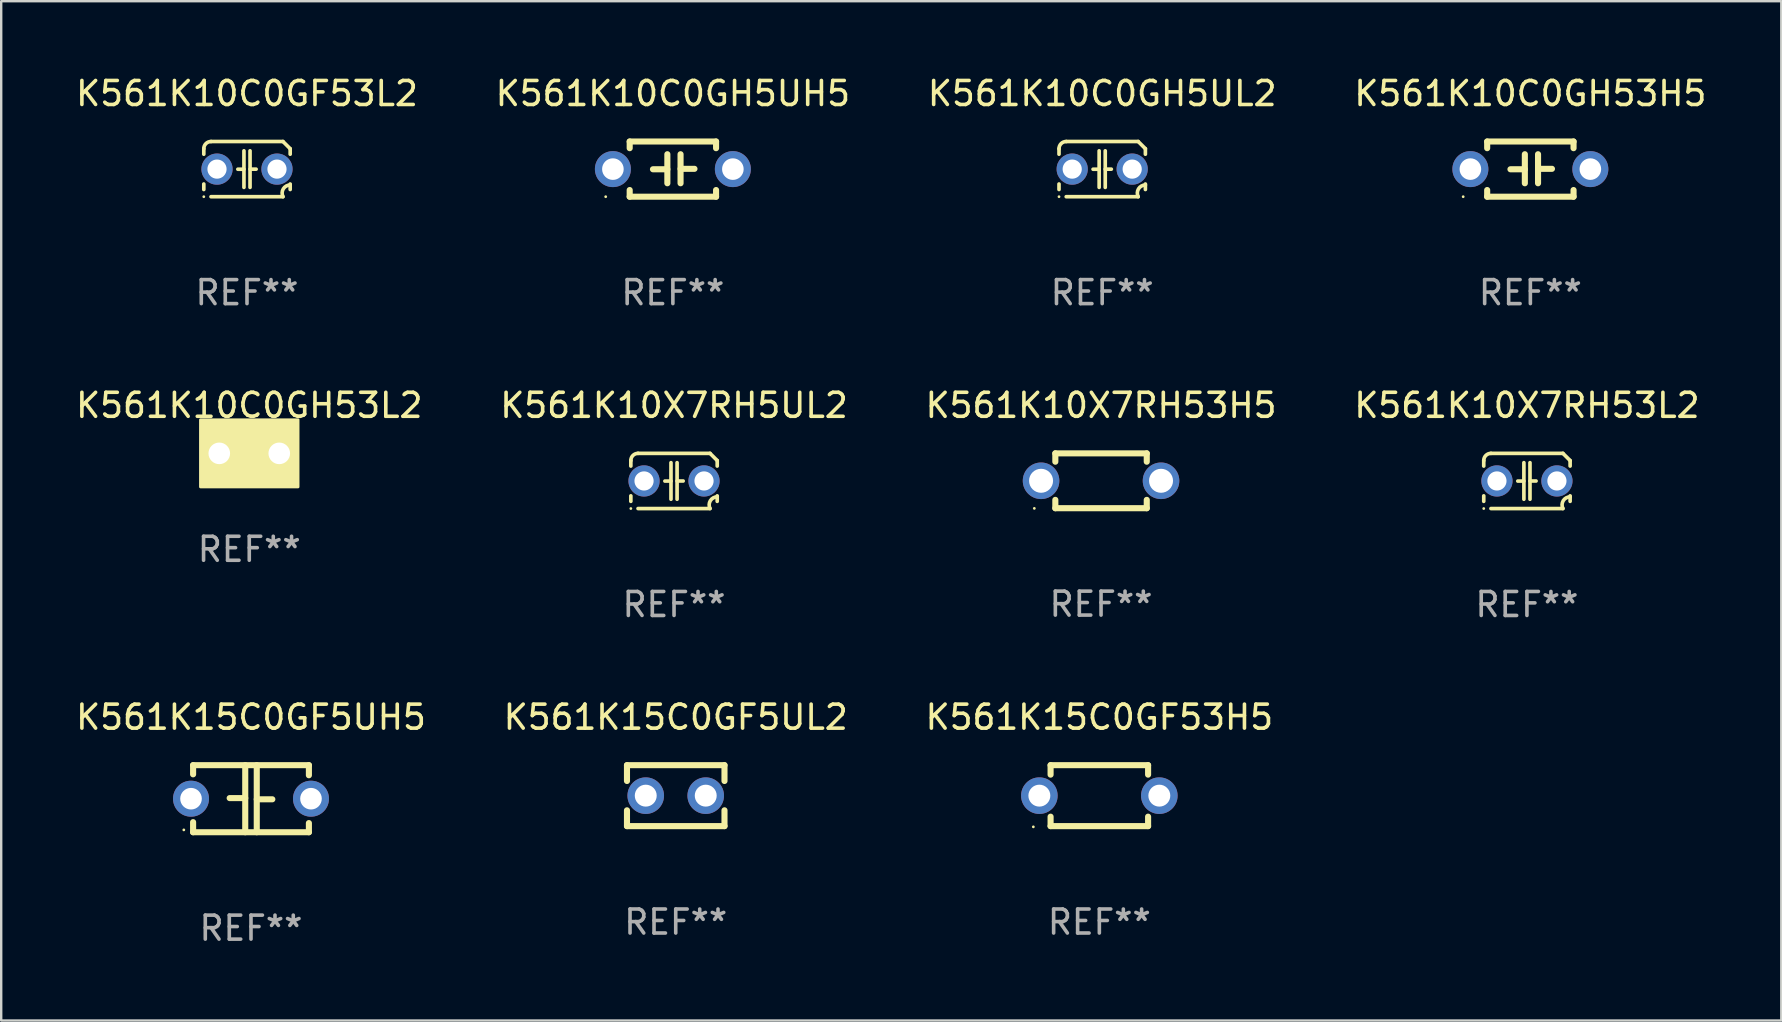
<source format=kicad_pcb>
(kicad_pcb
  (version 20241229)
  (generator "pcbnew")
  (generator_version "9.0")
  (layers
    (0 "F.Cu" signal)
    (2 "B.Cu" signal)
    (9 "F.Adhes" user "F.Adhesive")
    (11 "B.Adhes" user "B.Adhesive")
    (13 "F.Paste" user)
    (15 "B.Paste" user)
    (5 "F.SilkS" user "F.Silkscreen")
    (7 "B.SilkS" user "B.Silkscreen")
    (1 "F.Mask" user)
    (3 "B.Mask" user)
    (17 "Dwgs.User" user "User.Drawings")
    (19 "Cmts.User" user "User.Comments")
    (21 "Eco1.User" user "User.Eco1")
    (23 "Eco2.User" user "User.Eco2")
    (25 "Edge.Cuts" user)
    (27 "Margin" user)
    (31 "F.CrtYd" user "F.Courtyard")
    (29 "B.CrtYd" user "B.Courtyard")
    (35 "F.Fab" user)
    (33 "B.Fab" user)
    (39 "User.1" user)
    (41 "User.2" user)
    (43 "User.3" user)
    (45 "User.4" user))
  (footprint "K561K15C0GF5UH5"
    (layer "F.Cu")
    (at 7.411 30.238)
    (property "Reference" "K561K15C0GF5UH5" (at 0 -3.397 0) (layer "F.SilkS") (effects (font (size 1 1) (thickness 0.15))))
    (attr through_hole)
    (fp_line (start -2.413 -1.397) (end 2.413 -1.397) (stroke (width 0.254) (type solid)) (layer "F.SilkS"))
    (fp_line (start -2.413 -1.016) (end -2.413 -1.397) (stroke (width 0.254) (type solid)) (layer "F.SilkS"))
    (fp_line (start -2.413 0.977) (end -2.413 1.397) (stroke (width 0.254) (type solid)) (layer "F.SilkS"))
    (fp_line (start -0.24 -0.025) (end -0.889 -0.025) (stroke (width 0.254) (type solid)) (layer "F.SilkS"))
    (fp_line (start -0.24 1.397) (end -0.24 -1.397) (stroke (width 0.254) (type solid)) (layer "F.SilkS"))
    (fp_line (start 0.24 -1.397) (end 0.24 1.397) (stroke (width 0.254) (type solid)) (layer "F.SilkS"))
    (fp_line (start 0.24 0.025) (end 0.889 0.025) (stroke (width 0.254) (type solid)) (layer "F.SilkS"))
    (fp_line (start 2.413 -0.977) (end 2.413 -1.397) (stroke (width 0.254) (type solid)) (layer "F.SilkS"))
    (fp_line (start 2.413 1.016) (end 2.413 1.397) (stroke (width 0.254) (type solid)) (layer "F.SilkS"))
    (fp_line (start 2.413 1.397) (end -2.413 1.397) (stroke (width 0.254) (type solid)) (layer "F.SilkS"))
    (fp_circle (center -2.8 1.3) (end -2.77 1.3) (stroke (width 0.06) (type solid)) (fill no) (layer "F.SilkS"))
    (fp_text user "REF**" (at 0 5.397 0) (layer "F.Fab") (effects (font (size 1 1) (thickness 0.15))))
    (pad "1" thru_hole circle (at -2.5 0) (size 1.5 1.5) (drill 0.9) (layers "*.Cu" "*.Mask"))
    (pad "2" thru_hole circle (at 2.5 0) (size 1.5 1.5) (drill 0.9) (layers "*.Cu" "*.Mask")))
  (footprint "K561K15C0GF53H5"
    (layer "F.Cu")
    (at 42.768 30.111)
    (property "Reference" "K561K15C0GF53H5" (at 0 -3.27 0) (layer "F.SilkS") (effects (font (size 1 1) (thickness 0.15))))
    (attr through_hole)
    (fp_line (start -2.032 -1.27) (end -2.032 -0.876) (stroke (width 0.254) (type solid)) (layer "F.SilkS"))
    (fp_line (start -2.032 0.876) (end -2.032 1.27) (stroke (width 0.254) (type solid)) (layer "F.SilkS"))
    (fp_line (start -2.032 1.27) (end 2.032 1.27) (stroke (width 0.254) (type solid)) (layer "F.SilkS"))
    (fp_line (start 2.032 -1.27) (end -2.032 -1.27) (stroke (width 0.254) (type solid)) (layer "F.SilkS"))
    (fp_line (start 2.032 -0.876) (end 2.032 -1.27) (stroke (width 0.254) (type solid)) (layer "F.SilkS"))
    (fp_line (start 2.032 1.27) (end 2.032 0.876) (stroke (width 0.254) (type solid)) (layer "F.SilkS"))
    (fp_circle (center -2.751 1.3) (end -2.721 1.3) (stroke (width 0.06) (type solid)) (fill no) (layer "F.SilkS"))
    (fp_text user "REF**" (at 0 5.27 0) (layer "F.Fab") (effects (font (size 1 1) (thickness 0.15))))
    (pad "1" thru_hole circle (at -2.5 0) (size 1.524 1.524) (drill 0.914) (layers "*.Cu" "*.Mask"))
    (pad "2" thru_hole circle (at 2.5 0) (size 1.524 1.524) (drill 0.914) (layers "*.Cu" "*.Mask")))
  (footprint "K561K15C0GF5UL2"
    (layer "F.Cu")
    (at 25.113 30.111)
    (property "Reference" "K561K15C0GF5UL2" (at 0 -3.27 0) (layer "F.SilkS") (effects (font (size 1 1) (thickness 0.15))))
    (attr through_hole)
    (fp_line (start -2.032 -1.27) (end -2.032 -0.611) (stroke (width 0.254) (type solid)) (layer "F.SilkS"))
    (fp_line (start -2.032 0.611) (end -2.032 1.27) (stroke (width 0.254) (type solid)) (layer "F.SilkS"))
    (fp_line (start -2.032 1.27) (end 2.032 1.27) (stroke (width 0.254) (type solid)) (layer "F.SilkS"))
    (fp_line (start 2.032 -1.27) (end -2.032 -1.27) (stroke (width 0.254) (type solid)) (layer "F.SilkS"))
    (fp_line (start 2.032 -0.611) (end 2.032 -1.27) (stroke (width 0.254) (type solid)) (layer "F.SilkS"))
    (fp_line (start 2.032 1.27) (end 2.032 0.611) (stroke (width 0.254) (type solid)) (layer "F.SilkS"))
    (fp_circle (center -2 1.3) (end -1.97 1.3) (stroke (width 0.06) (type solid)) (fill no) (layer "F.SilkS"))
    (fp_text user "REF**" (at 0 5.27 0) (layer "F.Fab") (effects (font (size 1 1) (thickness 0.15))))
    (pad "1" thru_hole circle (at -1.25 0) (size 1.524 1.524) (drill 0.914) (layers "*.Cu" "*.Mask"))
    (pad "2" thru_hole circle (at 1.25 0) (size 1.524 1.524) (drill 0.914) (layers "*.Cu" "*.Mask")))
  (footprint "K561K10C0GH53H5"
    (layer "F.Cu")
    (at 60.732 3.998)
    (property "Reference" "K561K10C0GH53H5" (at 0 -3.15 0) (layer "F.SilkS") (effects (font (size 1 1) (thickness 0.15))))
    (attr through_hole)
    (fp_line (start -1.8 -1.15) (end -1.8 -0.872) (stroke (width 0.254) (type solid)) (layer "F.SilkS"))
    (fp_line (start -1.8 -1.15) (end 1.8 -1.15) (stroke (width 0.254) (type solid)) (layer "F.SilkS"))
    (fp_line (start -1.8 0.872) (end -1.8 1.15) (stroke (width 0.254) (type solid)) (layer "F.SilkS"))
    (fp_line (start -1.8 1.15) (end 1.8 1.15) (stroke (width 0.254) (type solid)) (layer "F.SilkS"))
    (fp_line (start -0.23 -0.62) (end -0.23 0.59) (stroke (width 0.254) (type solid)) (layer "F.SilkS"))
    (fp_line (start -0.23 0.007) (end -0.83 0.007) (stroke (width 0.254) (type solid)) (layer "F.SilkS"))
    (fp_line (start 0.32 -0.62) (end 0.32 0.59) (stroke (width 0.254) (type solid)) (layer "F.SilkS"))
    (fp_line (start 0.32 -0.012) (end 0.9 -0.012) (stroke (width 0.254) (type solid)) (layer "F.SilkS"))
    (fp_line (start 1.8 -1.15) (end 1.8 -0.872) (stroke (width 0.254) (type solid)) (layer "F.SilkS"))
    (fp_line (start 1.8 0.872) (end 1.8 1.15) (stroke (width 0.254) (type solid)) (layer "F.SilkS"))
    (fp_circle (center -2.8 1.15) (end -2.77 1.15) (stroke (width 0.06) (type solid)) (fill no) (layer "F.SilkS"))
    (fp_text user "REF**" (at 0 5.15 0) (layer "F.Fab") (effects (font (size 1 1) (thickness 0.15))))
    (pad "1" thru_hole circle (at -2.5 0) (size 1.5 1.5) (drill 0.9) (layers "*.Cu" "*.Mask"))
    (pad "2" thru_hole circle (at 2.5 0) (size 1.5 1.5) (drill 0.9) (layers "*.Cu" "*.Mask")))
  (footprint "K561K10C0GH53L2"
    (layer "F.Cu")
    (at 7.339 15.845)
    (property "Reference" "K561K10C0GH53L2" (at 0 -2 0) (layer "F.SilkS") (effects (font (size 1 1) (thickness 0.15))))
    (attr through_hole)
    (fp_circle (center -1.8 1.15) (end -1.77 1.15) (stroke (width 0.06) (type solid)) (fill no) (layer "F.SilkS"))
    (fp_poly (pts (xy -2.032 -1.397) (xy 2.032 -1.397) (xy 2.032 1.397) (xy -2.032 1.397)) (stroke (width 0.12) (type solid)) (fill yes) (layer "F.SilkS"))
    (fp_text user "REF**" (at 0 4 0) (layer "F.Fab") (effects (font (size 1 1) (thickness 0.15))))
    (pad "1" thru_hole circle (at -1.25 0) (size 1.5 1.5) (drill 0.9) (layers "*.Cu" "*.Mask"))
    (pad "2" thru_hole circle (at 1.25 0) (size 1.5 1.5) (drill 0.9) (layers "*.Cu" "*.Mask")))
  (footprint "K561K10X7RH5UL2"
    (layer "F.Cu")
    (at 25.042 16.995)
    (property "Reference" "K561K10X7RH5UL2" (at 0 -3.15 0) (layer "F.SilkS") (effects (font (size 1 1) (thickness 0.15))))
    (attr through_hole)
    (fp_line (start -1.8 -0.621) (end -1.8 -0.85) (stroke (width 0.152) (type solid)) (layer "F.SilkS"))
    (fp_line (start -1.8 0.85) (end -1.8 0.621) (stroke (width 0.152) (type solid)) (layer "F.SilkS"))
    (fp_line (start -1.5 -1.15) (end 1.5 -1.15) (stroke (width 0.152) (type solid)) (layer "F.SilkS"))
    (fp_line (start -0.127 -0.762) (end -0.127 0.762) (stroke (width 0.152) (type solid)) (layer "F.SilkS"))
    (fp_line (start -0.127 0.005) (end -0.381 0.005) (stroke (width 0.152) (type solid)) (layer "F.SilkS"))
    (fp_line (start 0.127 -0.762) (end 0.127 0.762) (stroke (width 0.152) (type solid)) (layer "F.SilkS"))
    (fp_line (start 0.127 0.002) (end 0.381 0.002) (stroke (width 0.152) (type solid)) (layer "F.SilkS"))
    (fp_line (start 1.5 1.15) (end -1.5 1.15) (stroke (width 0.152) (type solid)) (layer "F.SilkS"))
    (fp_line (start 1.8 -0.85) (end 1.8 -0.621) (stroke (width 0.152) (type solid)) (layer "F.SilkS"))
    (fp_line (start 1.8 0.621) (end 1.8 0.85) (stroke (width 0.152) (type solid)) (layer "F.SilkS"))
    (fp_arc (start -1.799975 -0.849987) (mid -1.712107 -1.062119) (end -1.499975 -1.149987) (stroke (width 0.151994) (type solid)) (layer "F.SilkS"))
    (fp_arc (start 1.499975 1.149987) (mid 1.513726 0.822359) (end 1.799975 0.662387) (stroke (width 0.151994) (type solid)) (layer "F.SilkS"))
    (fp_arc (start 1.500001 -1.149986) (mid 1.650015 -1.000001) (end 1.8 -0.849987) (stroke (width 0.151994) (type solid)) (layer "F.SilkS"))
    (fp_circle (center -1.8 1.15) (end -1.77 1.15) (stroke (width 0.06) (type solid)) (fill no) (layer "F.SilkS"))
    (fp_text user "REF**" (at 0 5.15 0) (layer "F.Fab") (effects (font (size 1 1) (thickness 0.15))))
    (pad "1" thru_hole circle (at -1.25 0) (size 1.3 1.3) (drill 0.8) (layers "*.Cu" "*.Mask"))
    (pad "2" thru_hole circle (at 1.25 0) (size 1.3 1.3) (drill 0.8) (layers "*.Cu" "*.Mask")))
  (footprint "K561K10X7RH53L2"
    (layer "F.Cu")
    (at 60.589 16.995)
    (property "Reference" "K561K10X7RH53L2" (at 0 -3.15 0) (layer "F.SilkS") (effects (font (size 1 1) (thickness 0.15))))
    (attr through_hole)
    (fp_line (start -1.8 -0.621) (end -1.8 -0.85) (stroke (width 0.152) (type solid)) (layer "F.SilkS"))
    (fp_line (start -1.8 0.85) (end -1.8 0.621) (stroke (width 0.152) (type solid)) (layer "F.SilkS"))
    (fp_line (start -1.5 -1.15) (end 1.5 -1.15) (stroke (width 0.152) (type solid)) (layer "F.SilkS"))
    (fp_line (start -0.127 -0.762) (end -0.127 0.762) (stroke (width 0.152) (type solid)) (layer "F.SilkS"))
    (fp_line (start -0.127 0.005) (end -0.381 0.005) (stroke (width 0.152) (type solid)) (layer "F.SilkS"))
    (fp_line (start 0.127 -0.762) (end 0.127 0.762) (stroke (width 0.152) (type solid)) (layer "F.SilkS"))
    (fp_line (start 0.127 0.002) (end 0.381 0.002) (stroke (width 0.152) (type solid)) (layer "F.SilkS"))
    (fp_line (start 1.5 1.15) (end -1.5 1.15) (stroke (width 0.152) (type solid)) (layer "F.SilkS"))
    (fp_line (start 1.8 -0.85) (end 1.8 -0.621) (stroke (width 0.152) (type solid)) (layer "F.SilkS"))
    (fp_line (start 1.8 0.621) (end 1.8 0.85) (stroke (width 0.152) (type solid)) (layer "F.SilkS"))
    (fp_arc (start -1.799975 -0.849987) (mid -1.712107 -1.062119) (end -1.499975 -1.149987) (stroke (width 0.151994) (type solid)) (layer "F.SilkS"))
    (fp_arc (start 1.499975 1.149987) (mid 1.513726 0.822359) (end 1.799975 0.662387) (stroke (width 0.151994) (type solid)) (layer "F.SilkS"))
    (fp_arc (start 1.500001 -1.149986) (mid 1.650015 -1.000001) (end 1.8 -0.849987) (stroke (width 0.151994) (type solid)) (layer "F.SilkS"))
    (fp_circle (center -1.8 1.15) (end -1.77 1.15) (stroke (width 0.06) (type solid)) (fill no) (layer "F.SilkS"))
    (fp_text user "REF**" (at 0 5.15 0) (layer "F.Fab") (effects (font (size 1 1) (thickness 0.15))))
    (pad "1" thru_hole circle (at -1.25 0) (size 1.3 1.3) (drill 0.8) (layers "*.Cu" "*.Mask"))
    (pad "2" thru_hole circle (at 1.25 0) (size 1.3 1.3) (drill 0.8) (layers "*.Cu" "*.Mask")))
  (footprint "K561K10X7RH53H5"
    (layer "F.Cu")
    (at 42.839 16.988)
    (property "Reference" "K561K10X7RH53H5" (at 0 -3.143 0) (layer "F.SilkS") (effects (font (size 1 1) (thickness 0.15))))
    (attr through_hole)
    (fp_line (start -1.905 -1.143) (end 1.905 -1.143) (stroke (width 0.254) (type solid)) (layer "F.SilkS"))
    (fp_line (start -1.905 -0.795) (end -1.905 -1.143) (stroke (width 0.254) (type solid)) (layer "F.SilkS"))
    (fp_line (start -1.905 1.143) (end -1.905 0.795) (stroke (width 0.254) (type solid)) (layer "F.SilkS"))
    (fp_line (start 1.905 -1.143) (end 1.905 -0.795) (stroke (width 0.254) (type solid)) (layer "F.SilkS"))
    (fp_line (start 1.905 0.795) (end 1.905 1.143) (stroke (width 0.254) (type solid)) (layer "F.SilkS"))
    (fp_line (start 1.905 1.143) (end -1.905 1.143) (stroke (width 0.254) (type solid)) (layer "F.SilkS"))
    (fp_circle (center -2.781 1.15) (end -2.751 1.15) (stroke (width 0.06) (type solid)) (fill no) (layer "F.SilkS"))
    (fp_text user "REF**" (at 0 5.143 0) (layer "F.Fab") (effects (font (size 1 1) (thickness 0.15))))
    (pad "1" thru_hole circle (at -2.5 0) (size 1.524 1.524) (drill 1) (layers "*.Cu" "*.Mask"))
    (pad "2" thru_hole circle (at 2.5 0) (size 1.524 1.524) (drill 1) (layers "*.Cu" "*.Mask")))
  (footprint "K561K10C0GH5UL2"
    (layer "F.Cu")
    (at 42.887 3.998)
    (property "Reference" "K561K10C0GH5UL2" (at 0 -3.15 0) (layer "F.SilkS") (effects (font (size 1 1) (thickness 0.15))))
    (attr through_hole)
    (fp_line (start -1.8 -0.621) (end -1.8 -0.85) (stroke (width 0.152) (type solid)) (layer "F.SilkS"))
    (fp_line (start -1.8 0.85) (end -1.8 0.621) (stroke (width 0.152) (type solid)) (layer "F.SilkS"))
    (fp_line (start -1.5 -1.15) (end 1.5 -1.15) (stroke (width 0.152) (type solid)) (layer "F.SilkS"))
    (fp_line (start -0.127 -0.762) (end -0.127 0.762) (stroke (width 0.152) (type solid)) (layer "F.SilkS"))
    (fp_line (start -0.127 0.005) (end -0.381 0.005) (stroke (width 0.152) (type solid)) (layer "F.SilkS"))
    (fp_line (start 0.127 -0.762) (end 0.127 0.762) (stroke (width 0.152) (type solid)) (layer "F.SilkS"))
    (fp_line (start 0.127 0.002) (end 0.381 0.002) (stroke (width 0.152) (type solid)) (layer "F.SilkS"))
    (fp_line (start 1.5 1.15) (end -1.5 1.15) (stroke (width 0.152) (type solid)) (layer "F.SilkS"))
    (fp_line (start 1.8 -0.85) (end 1.8 -0.621) (stroke (width 0.152) (type solid)) (layer "F.SilkS"))
    (fp_line (start 1.8 0.621) (end 1.8 0.85) (stroke (width 0.152) (type solid)) (layer "F.SilkS"))
    (fp_arc (start -1.799975 -0.849987) (mid -1.712107 -1.062119) (end -1.499975 -1.149987) (stroke (width 0.151994) (type solid)) (layer "F.SilkS"))
    (fp_arc (start 1.499975 1.149987) (mid 1.513726 0.822359) (end 1.799975 0.662387) (stroke (width 0.151994) (type solid)) (layer "F.SilkS"))
    (fp_arc (start 1.500001 -1.149986) (mid 1.650015 -1.000001) (end 1.8 -0.849987) (stroke (width 0.151994) (type solid)) (layer "F.SilkS"))
    (fp_circle (center -1.8 1.15) (end -1.77 1.15) (stroke (width 0.06) (type solid)) (fill no) (layer "F.SilkS"))
    (fp_text user "REF**" (at 0 5.15 0) (layer "F.Fab") (effects (font (size 1 1) (thickness 0.15))))
    (pad "1" thru_hole circle (at -1.25 0) (size 1.3 1.3) (drill 0.8) (layers "*.Cu" "*.Mask"))
    (pad "2" thru_hole circle (at 1.25 0) (size 1.3 1.3) (drill 0.8) (layers "*.Cu" "*.Mask")))
  (footprint "K561K10C0GF53L2"
    (layer "F.Cu")
    (at 7.244 3.998)
    (property "Reference" "K561K10C0GF53L2" (at 0 -3.15 0) (layer "F.SilkS") (effects (font (size 1 1) (thickness 0.15))))
    (attr through_hole)
    (fp_line (start -1.8 -0.621) (end -1.8 -0.85) (stroke (width 0.152) (type solid)) (layer "F.SilkS"))
    (fp_line (start -1.8 0.85) (end -1.8 0.621) (stroke (width 0.152) (type solid)) (layer "F.SilkS"))
    (fp_line (start -1.5 -1.15) (end 1.5 -1.15) (stroke (width 0.152) (type solid)) (layer "F.SilkS"))
    (fp_line (start -0.127 -0.762) (end -0.127 0.762) (stroke (width 0.152) (type solid)) (layer "F.SilkS"))
    (fp_line (start -0.127 0.005) (end -0.381 0.005) (stroke (width 0.152) (type solid)) (layer "F.SilkS"))
    (fp_line (start 0.127 -0.762) (end 0.127 0.762) (stroke (width 0.152) (type solid)) (layer "F.SilkS"))
    (fp_line (start 0.127 0.002) (end 0.381 0.002) (stroke (width 0.152) (type solid)) (layer "F.SilkS"))
    (fp_line (start 1.5 1.15) (end -1.5 1.15) (stroke (width 0.152) (type solid)) (layer "F.SilkS"))
    (fp_line (start 1.8 -0.85) (end 1.8 -0.621) (stroke (width 0.152) (type solid)) (layer "F.SilkS"))
    (fp_line (start 1.8 0.621) (end 1.8 0.85) (stroke (width 0.152) (type solid)) (layer "F.SilkS"))
    (fp_arc (start -1.799975 -0.849987) (mid -1.712107 -1.062119) (end -1.499975 -1.149987) (stroke (width 0.151994) (type solid)) (layer "F.SilkS"))
    (fp_arc (start 1.499975 1.149987) (mid 1.513726 0.822359) (end 1.799975 0.662387) (stroke (width 0.151994) (type solid)) (layer "F.SilkS"))
    (fp_arc (start 1.500001 -1.149986) (mid 1.650015 -1.000001) (end 1.8 -0.849987) (stroke (width 0.151994) (type solid)) (layer "F.SilkS"))
    (fp_circle (center -1.8 1.15) (end -1.77 1.15) (stroke (width 0.06) (type solid)) (fill no) (layer "F.SilkS"))
    (fp_text user "REF**" (at 0 5.15 0) (layer "F.Fab") (effects (font (size 1 1) (thickness 0.15))))
    (pad "1" thru_hole circle (at -1.25 0) (size 1.3 1.3) (drill 0.8) (layers "*.Cu" "*.Mask"))
    (pad "2" thru_hole circle (at 1.25 0) (size 1.3 1.3) (drill 0.8) (layers "*.Cu" "*.Mask")))
  (footprint "K561K10C0GH5UH5"
    (layer "F.Cu")
    (at 24.994 3.998)
    (property "Reference" "K561K10C0GH5UH5" (at 0 -3.15 0) (layer "F.SilkS") (effects (font (size 1 1) (thickness 0.15))))
    (attr through_hole)
    (fp_line (start -1.8 -1.15) (end -1.8 -0.872) (stroke (width 0.254) (type solid)) (layer "F.SilkS"))
    (fp_line (start -1.8 -1.15) (end 1.8 -1.15) (stroke (width 0.254) (type solid)) (layer "F.SilkS"))
    (fp_line (start -1.8 0.872) (end -1.8 1.15) (stroke (width 0.254) (type solid)) (layer "F.SilkS"))
    (fp_line (start -1.8 1.15) (end 1.8 1.15) (stroke (width 0.254) (type solid)) (layer "F.SilkS"))
    (fp_line (start -0.23 -0.62) (end -0.23 0.59) (stroke (width 0.254) (type solid)) (layer "F.SilkS"))
    (fp_line (start -0.23 0.007) (end -0.83 0.007) (stroke (width 0.254) (type solid)) (layer "F.SilkS"))
    (fp_line (start 0.32 -0.62) (end 0.32 0.59) (stroke (width 0.254) (type solid)) (layer "F.SilkS"))
    (fp_line (start 0.32 -0.012) (end 0.9 -0.012) (stroke (width 0.254) (type solid)) (layer "F.SilkS"))
    (fp_line (start 1.8 -1.15) (end 1.8 -0.872) (stroke (width 0.254) (type solid)) (layer "F.SilkS"))
    (fp_line (start 1.8 0.872) (end 1.8 1.15) (stroke (width 0.254) (type solid)) (layer "F.SilkS"))
    (fp_circle (center -2.8 1.15) (end -2.77 1.15) (stroke (width 0.06) (type solid)) (fill no) (layer "F.SilkS"))
    (fp_text user "REF**" (at 0 5.15 0) (layer "F.Fab") (effects (font (size 1 1) (thickness 0.15))))
    (pad "1" thru_hole circle (at -2.5 0) (size 1.5 1.5) (drill 0.9) (layers "*.Cu" "*.Mask"))
    (pad "2" thru_hole circle (at 2.5 0) (size 1.5 1.5) (drill 0.9) (layers "*.Cu" "*.Mask")))
  (gr_rect
    (start -3 -3)
    (end 71.19 39.484)
    (stroke (width 0.1) (type default))
    (fill no)
    (layer "Edge.Cuts")))
</source>
